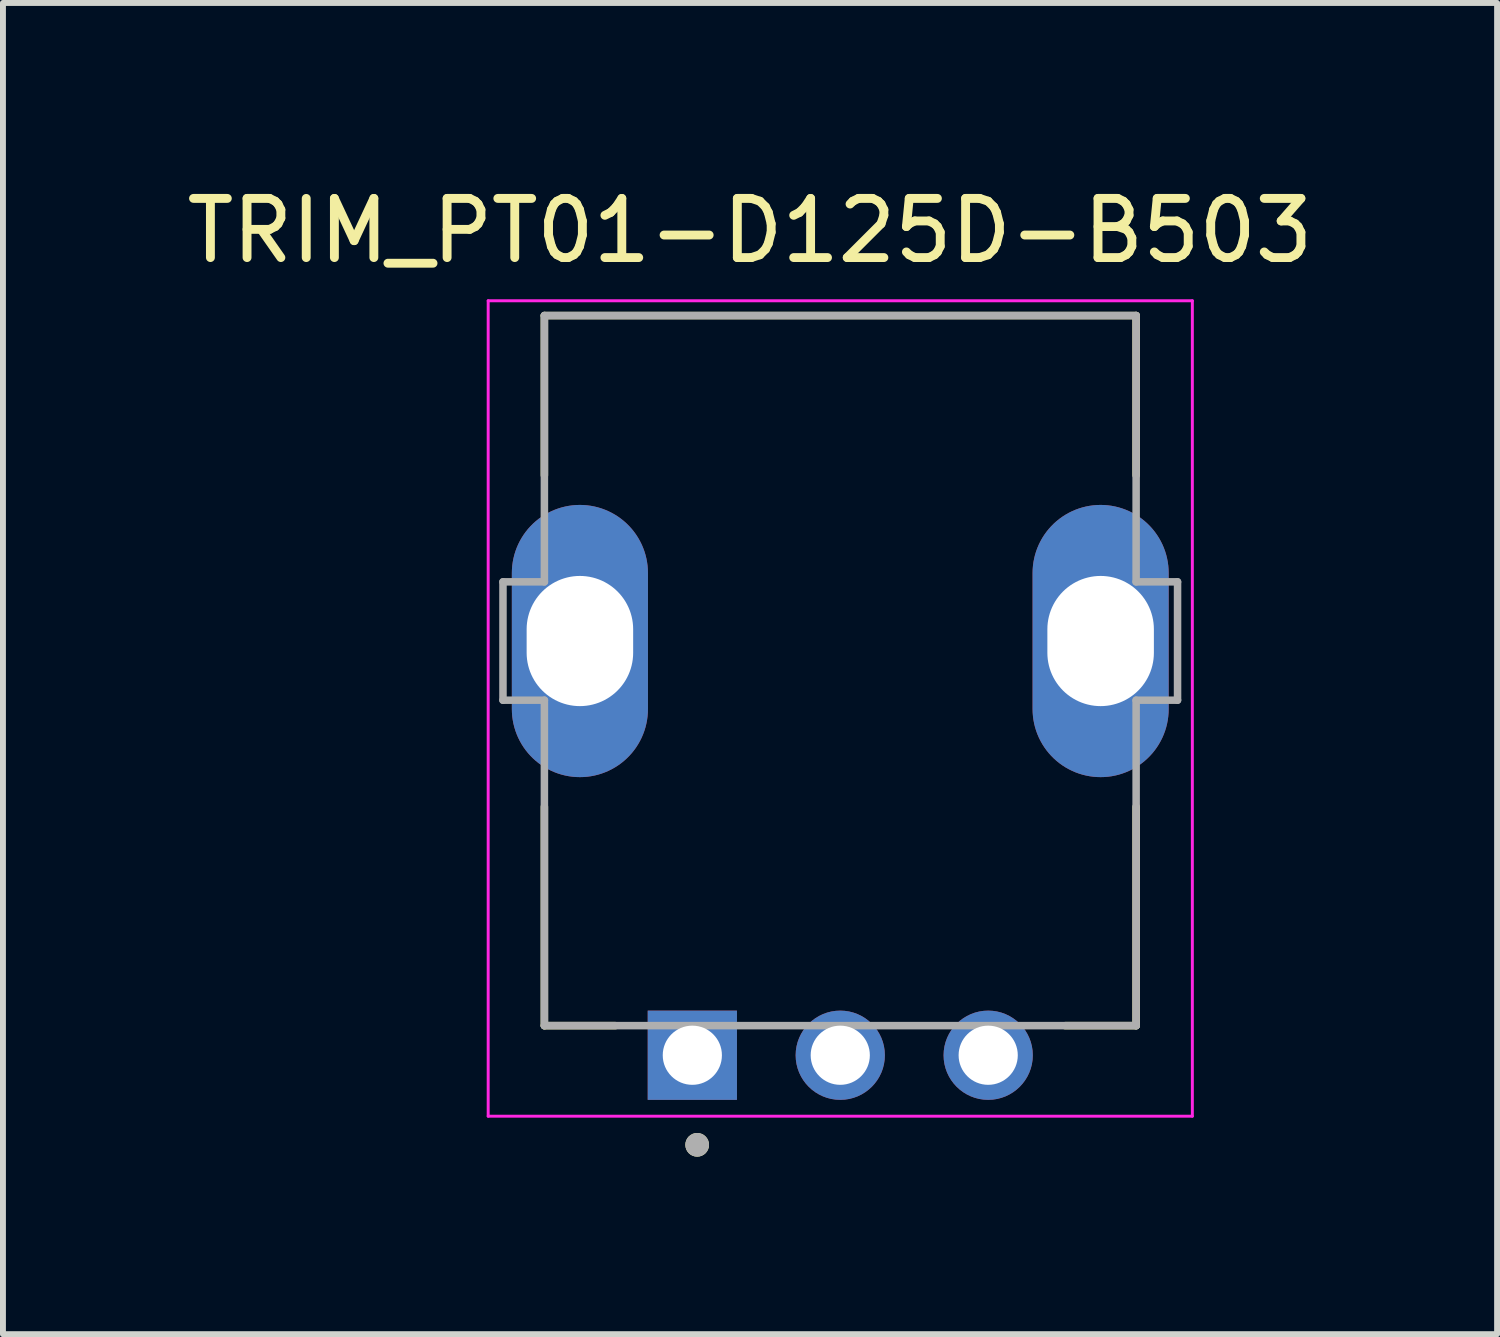
<source format=kicad_pcb>
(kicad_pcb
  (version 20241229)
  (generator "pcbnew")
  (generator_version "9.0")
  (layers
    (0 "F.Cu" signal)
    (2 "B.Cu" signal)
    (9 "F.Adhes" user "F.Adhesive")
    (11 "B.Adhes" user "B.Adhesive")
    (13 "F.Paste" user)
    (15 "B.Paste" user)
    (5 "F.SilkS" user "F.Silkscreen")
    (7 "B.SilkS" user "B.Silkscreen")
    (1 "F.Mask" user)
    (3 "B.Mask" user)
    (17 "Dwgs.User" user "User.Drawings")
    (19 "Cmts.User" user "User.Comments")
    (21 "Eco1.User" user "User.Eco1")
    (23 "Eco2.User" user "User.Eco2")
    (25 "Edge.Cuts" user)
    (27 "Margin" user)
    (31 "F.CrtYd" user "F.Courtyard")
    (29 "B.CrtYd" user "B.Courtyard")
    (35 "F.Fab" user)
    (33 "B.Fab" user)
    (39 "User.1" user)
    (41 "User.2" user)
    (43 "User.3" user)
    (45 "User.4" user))
  (footprint "TRIM_PT01-D125D-B503"
    (layer "F.Cu")
    (at 11.15 7.783)
    (property "Reference" "TRIM_PT01-D125D-B503" (at -1.525 -6.935 0) (layer "F.SilkS") (effects (font (size 1 1) (thickness 0.15))))
    (attr through_hole)
    (fp_line (start -5 -5.5) (end 5 -5.5) (stroke (width 0.127) (type solid)) (layer "F.SilkS"))
    (fp_line (start -5 -2.8) (end -5 -5.5) (stroke (width 0.127) (type solid)) (layer "F.SilkS"))
    (fp_line (start -5 2.8) (end -5 6.5) (stroke (width 0.127) (type solid)) (layer "F.SilkS"))
    (fp_line (start -5 6.5) (end -3.8 6.5) (stroke (width 0.127) (type solid)) (layer "F.SilkS"))
    (fp_line (start 5 -5.5) (end 5 -2.8) (stroke (width 0.127) (type solid)) (layer "F.SilkS"))
    (fp_line (start 5 2.8) (end 5 6.5) (stroke (width 0.127) (type solid)) (layer "F.SilkS"))
    (fp_line (start 5 6.5) (end 3.8 6.5) (stroke (width 0.127) (type solid)) (layer "F.SilkS"))
    (fp_circle (center -2.418 8.514) (end -2.318 8.514) (stroke (width 0.2) (type solid)) (fill no) (layer "F.SilkS"))
    (fp_line (start -5.95 -5.75) (end 5.95 -5.75) (stroke (width 0.05) (type solid)) (layer "F.CrtYd"))
    (fp_line (start -5.95 8.03) (end -5.95 -5.75) (stroke (width 0.05) (type solid)) (layer "F.CrtYd"))
    (fp_line (start 5.95 -5.75) (end 5.95 8.03) (stroke (width 0.05) (type solid)) (layer "F.CrtYd"))
    (fp_line (start 5.95 8.03) (end -5.95 8.03) (stroke (width 0.05) (type solid)) (layer "F.CrtYd"))
    (fp_line (start -5.7 -1) (end -5 -1) (stroke (width 0.127) (type solid)) (layer "F.Fab"))
    (fp_line (start -5.7 1) (end -5.7 -1) (stroke (width 0.127) (type solid)) (layer "F.Fab"))
    (fp_line (start -5 -5.5) (end 5 -5.5) (stroke (width 0.127) (type solid)) (layer "F.Fab"))
    (fp_line (start -5 -1) (end -5 -5.5) (stroke (width 0.127) (type solid)) (layer "F.Fab"))
    (fp_line (start -5 1) (end -5.7 1) (stroke (width 0.127) (type solid)) (layer "F.Fab"))
    (fp_line (start -5 6.5) (end -5 1) (stroke (width 0.127) (type solid)) (layer "F.Fab"))
    (fp_line (start -5 6.5) (end 5 6.5) (stroke (width 0.127) (type solid)) (layer "F.Fab"))
    (fp_line (start 5 -5.5) (end 5 -1) (stroke (width 0.127) (type solid)) (layer "F.Fab"))
    (fp_line (start 5 -1) (end 5.7 -1) (stroke (width 0.127) (type solid)) (layer "F.Fab"))
    (fp_line (start 5 1) (end 5 6.5) (stroke (width 0.127) (type solid)) (layer "F.Fab"))
    (fp_line (start 5.7 -1) (end 5.7 1) (stroke (width 0.127) (type solid)) (layer "F.Fab"))
    (fp_line (start 5.7 1) (end 5 1) (stroke (width 0.127) (type solid)) (layer "F.Fab"))
    (fp_circle (center -2.418 8.514) (end -2.318 8.514) (stroke (width 0.2) (type solid)) (fill no) (layer "F.Fab"))
    (pad "1" thru_hole rect (at -2.5 7) (size 1.508 1.508) (drill 1) (layers "*.Cu" "*.Mask"))
    (pad "2" thru_hole circle (at 0 7) (size 1.508 1.508) (drill 1) (layers "*.Cu" "*.Mask"))
    (pad "3" thru_hole circle (at 2.5 7) (size 1.508 1.508) (drill 1) (layers "*.Cu" "*.Mask"))
    (pad "S1" thru_hole oval (at -4.4 0) (size 2.3 4.6) (drill oval 1.8 2.2) (layers "*.Cu" "*.Mask"))
    (pad "S2" thru_hole oval (at 4.4 0) (size 2.3 4.6) (drill oval 1.8 2.2) (layers "*.Cu" "*.Mask")))
  (gr_rect
    (start -3 -3)
    (end 22.25 19.497)
    (stroke (width 0.1) (type default))
    (fill no)
    (layer "Edge.Cuts")))
</source>
